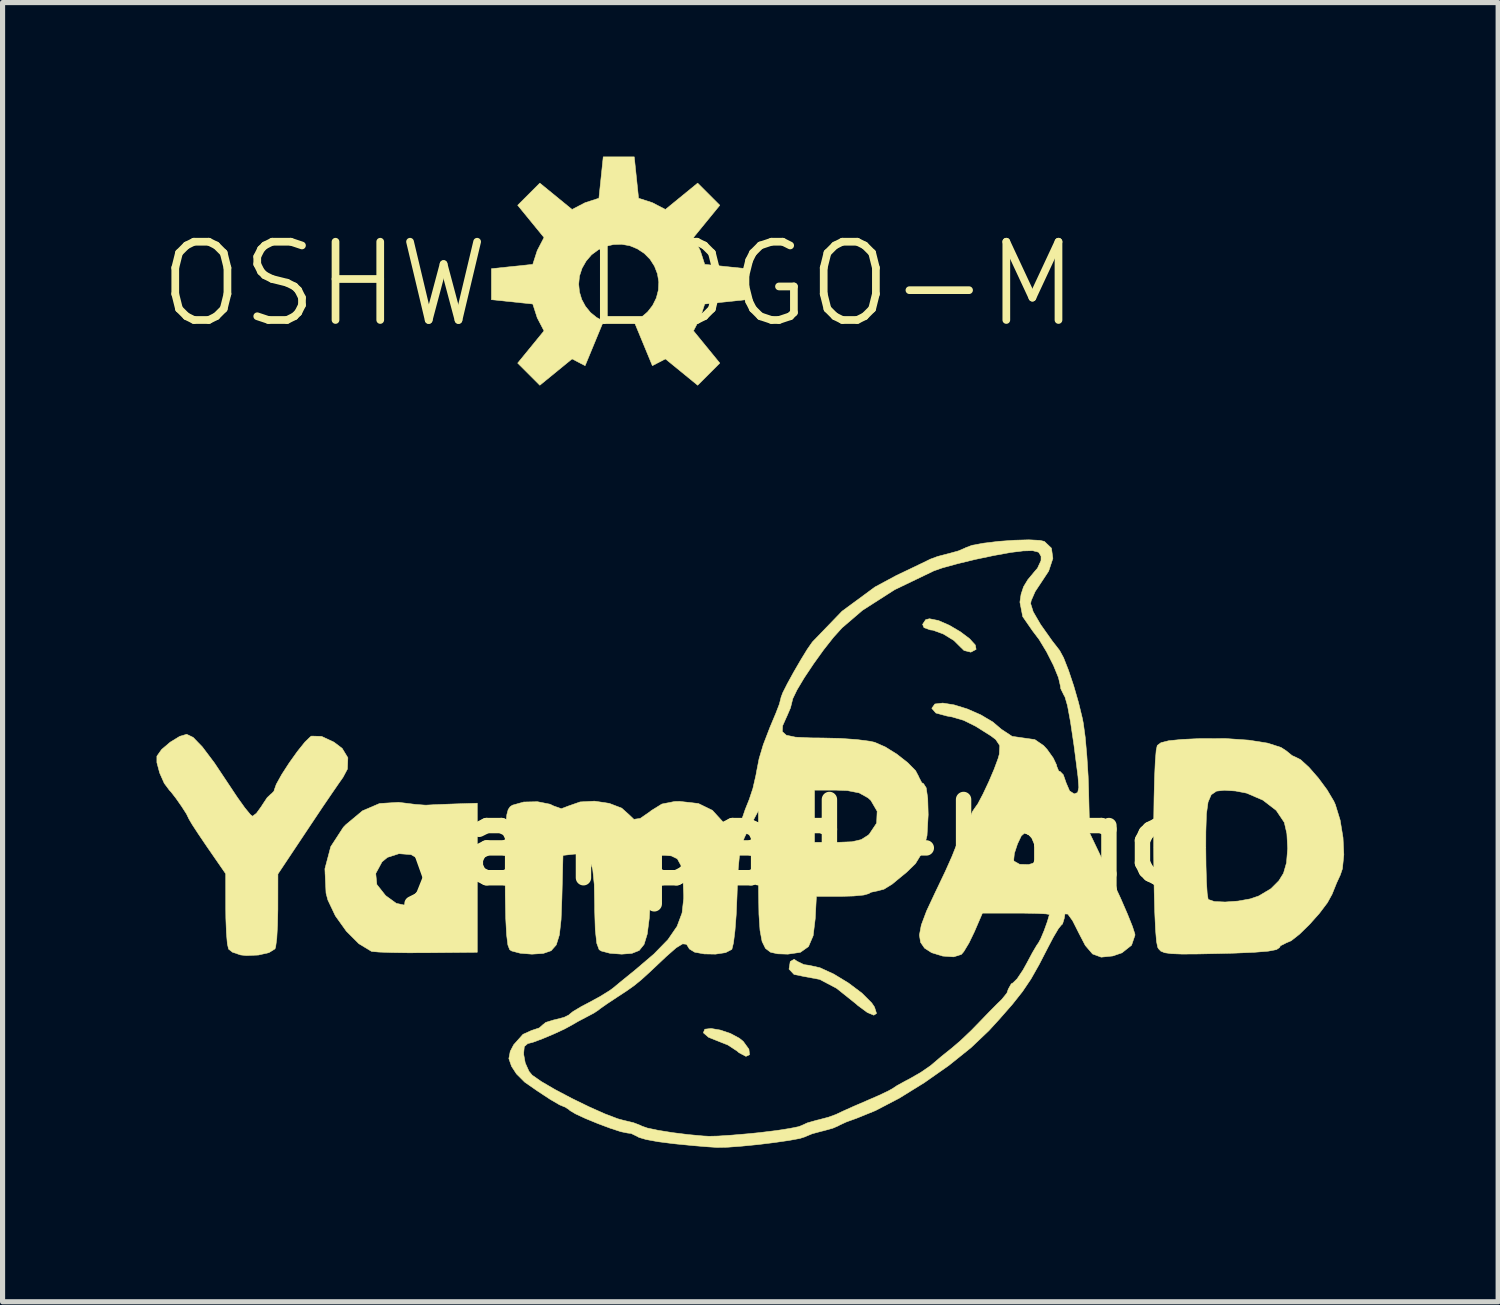
<source format=kicad_pcb>
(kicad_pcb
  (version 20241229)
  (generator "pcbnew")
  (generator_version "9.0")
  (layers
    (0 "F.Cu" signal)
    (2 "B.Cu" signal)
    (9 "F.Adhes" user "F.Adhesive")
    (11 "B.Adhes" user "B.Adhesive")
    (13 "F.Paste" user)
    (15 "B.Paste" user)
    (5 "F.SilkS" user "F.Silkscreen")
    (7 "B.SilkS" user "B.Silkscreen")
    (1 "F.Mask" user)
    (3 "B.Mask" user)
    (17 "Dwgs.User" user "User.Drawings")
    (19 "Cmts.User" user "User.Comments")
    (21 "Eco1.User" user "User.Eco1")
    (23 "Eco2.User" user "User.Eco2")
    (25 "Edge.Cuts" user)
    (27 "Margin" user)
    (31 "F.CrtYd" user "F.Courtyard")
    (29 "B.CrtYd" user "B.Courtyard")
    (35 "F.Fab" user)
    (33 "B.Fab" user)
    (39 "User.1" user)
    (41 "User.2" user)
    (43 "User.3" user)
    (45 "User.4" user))
  (footprint "yampad-logo"
    (layer "F.Cu")
    (at 12.521 13.353)
    (property "Reference" "yampad-logo" (at 0 0 0) (layer "F.SilkS") (effects (font (size 1.524 1.524) (thickness 0.3))))
    (attr through_hole)
    (fp_poly (pts (xy -1.547 3.655) (xy -1.351 3.72) (xy -1.175 3.814) (xy -1.098 3.876) (xy -0.987 4.029) (xy -0.975 4.136) (xy -1.045 4.168) (xy -1.18 4.097) (xy -1.212 4.068) (xy -1.394 3.948) (xy -1.602 3.865) (xy -1.774 3.796) (xy -1.871 3.712) (xy -1.873 3.705) (xy -1.846 3.639) (xy -1.724 3.625) (xy -1.547 3.655)) (stroke (width 0.01) (type solid)) (fill yes) (layer "F.SilkS"))
    (fp_poly (pts (xy 2.704 -4.319) (xy 2.915 -4.227) (xy 3.128 -4.102) (xy 3.309 -3.966) (xy 3.422 -3.842) (xy 3.437 -3.757) (xy 3.334 -3.703) (xy 3.202 -3.736) (xy 3.142 -3.794) (xy 3.004 -3.931) (xy 2.799 -4.057) (xy 2.597 -4.131) (xy 2.543 -4.137) (xy 2.422 -4.181) (xy 2.395 -4.245) (xy 2.455 -4.336) (xy 2.529 -4.354) (xy 2.704 -4.319)) (stroke (width 0.01) (type solid)) (fill yes) (layer "F.SilkS"))
    (fp_poly (pts (xy -0.05 2.316) (xy 0.083 2.381) (xy 0.185 2.395) (xy 0.396 2.442) (xy 0.666 2.566) (xy 0.952 2.74) (xy 1.213 2.936) (xy 1.404 3.127) (xy 1.458 3.207) (xy 1.498 3.332) (xy 1.445 3.366) (xy 1.318 3.313) (xy 1.134 3.177) (xy 1.091 3.139) (xy 0.719 2.842) (xy 0.391 2.669) (xy 0.091 2.613) (xy 0.09 2.613) (xy -0.108 2.573) (xy -0.206 2.469) (xy -0.183 2.325) (xy -0.18 2.319) (xy -0.106 2.277) (xy -0.05 2.316)) (stroke (width 0.01) (type solid)) (fill yes) (layer "F.SilkS"))
    (fp_poly (pts (xy -7.702 -0.766) (xy -7.476 -0.738) (xy -7.301 -0.725) (xy -7.257 -0.725) (xy -7.129 -0.732) (xy -6.909 -0.741) (xy -6.713 -0.748) (xy -6.277 -0.762) (xy -6.277 2.141) (xy -7.257 2.15) (xy -7.626 2.151) (xy -7.948 2.146) (xy -8.192 2.137) (xy -8.327 2.125) (xy -8.339 2.122) (xy -8.582 1.975) (xy -8.827 1.73) (xy -9.04 1.432) (xy -9.186 1.124) (xy -9.222 0.989) (xy -9.24 0.606) (xy -8.254 0.606) (xy -8.233 0.821) (xy -8.067 1.031) (xy -8.05 1.046) (xy -7.854 1.188) (xy -7.701 1.221) (xy -7.539 1.15) (xy -7.448 1.083) (xy -7.298 0.884) (xy -7.257 0.642) (xy -7.332 0.41) (xy -7.377 0.35) (xy -7.566 0.239) (xy -7.802 0.221) (xy -8.027 0.293) (xy -8.132 0.381) (xy -8.254 0.606) (xy -9.24 0.606) (xy -9.244 0.515) (xy -9.13 0.084) (xy -8.885 -0.293) (xy -8.838 -0.342) (xy -8.512 -0.614) (xy -8.18 -0.756) (xy -7.812 -0.779) (xy -7.702 -0.766)) (stroke (width 0.01) (type solid)) (fill yes) (layer "F.SilkS"))
    (fp_poly (pts (xy -11.81 -2.044) (xy -11.631 -1.859) (xy -11.396 -1.547) (xy -11.127 -1.143) (xy -10.952 -0.88) (xy -10.802 -0.67) (xy -10.694 -0.539) (xy -10.654 -0.508) (xy -10.578 -0.565) (xy -10.477 -0.704) (xy -10.465 -0.725) (xy -10.368 -0.871) (xy -10.293 -0.942) (xy -10.287 -0.943) (xy -10.234 -0.999) (xy -10.233 -1.012) (xy -10.191 -1.13) (xy -10.085 -1.321) (xy -9.939 -1.547) (xy -9.779 -1.771) (xy -9.632 -1.954) (xy -9.523 -2.059) (xy -9.503 -2.069) (xy -9.308 -2.063) (xy -9.068 -1.951) (xy -8.908 -1.83) (xy -8.797 -1.647) (xy -8.806 -1.426) (xy -8.891 -1.267) (xy -8.969 -1.156) (xy -9.11 -0.951) (xy -9.296 -0.678) (xy -9.507 -0.362) (xy -9.579 -0.254) (xy -10.159 0.617) (xy -10.16 1.306) (xy -10.167 1.614) (xy -10.181 1.869) (xy -10.203 2.035) (xy -10.216 2.075) (xy -10.334 2.148) (xy -10.54 2.195) (xy -10.775 2.205) (xy -10.886 2.193) (xy -11.045 2.139) (xy -11.12 2.079) (xy -11.144 1.974) (xy -11.162 1.76) (xy -11.173 1.475) (xy -11.175 1.304) (xy -11.176 0.612) (xy -11.539 0.087) (xy -11.701 -0.152) (xy -11.826 -0.343) (xy -11.894 -0.458) (xy -11.902 -0.476) (xy -11.94 -0.554) (xy -12.032 -0.697) (xy -12.143 -0.856) (xy -12.239 -0.98) (xy -12.273 -1.016) (xy -12.373 -1.151) (xy -12.462 -1.352) (xy -12.516 -1.554) (xy -12.516 -1.678) (xy -12.424 -1.808) (xy -12.256 -1.951) (xy -12.071 -2.064) (xy -11.936 -2.104) (xy -11.81 -2.044)) (stroke (width 0.01) (type solid)) (fill yes) (layer "F.SilkS"))
    (fp_poly (pts (xy 8.747 -1.99) (xy 9.114 -1.932) (xy 9.375 -1.848) (xy 9.479 -1.78) (xy 9.589 -1.69) (xy 9.639 -1.668) (xy 9.756 -1.61) (xy 9.919 -1.461) (xy 10.1 -1.254) (xy 10.271 -1.023) (xy 10.403 -0.801) (xy 10.433 -0.734) (xy 10.526 -0.432) (xy 10.582 -0.091) (xy 10.598 0.241) (xy 10.57 0.516) (xy 10.529 0.636) (xy 10.458 0.79) (xy 10.376 0.993) (xy 10.371 1.007) (xy 10.278 1.176) (xy 10.121 1.384) (xy 9.93 1.598) (xy 9.737 1.787) (xy 9.572 1.917) (xy 9.473 1.959) (xy 9.363 2.015) (xy 9.344 2.05) (xy 9.285 2.089) (xy 9.128 2.119) (xy 8.86 2.141) (xy 8.468 2.158) (xy 8.182 2.165) (xy 7.753 2.174) (xy 7.447 2.176) (xy 7.24 2.168) (xy 7.11 2.15) (xy 7.034 2.119) (xy 6.989 2.072) (xy 6.973 2.043) (xy 6.95 1.929) (xy 6.931 1.695) (xy 6.916 1.365) (xy 6.905 0.965) (xy 6.898 0.517) (xy 6.895 0.106) (xy 7.91 0.106) (xy 7.914 0.465) (xy 7.923 0.771) (xy 7.937 0.994) (xy 7.955 1.106) (xy 7.959 1.113) (xy 8.078 1.153) (xy 8.287 1.162) (xy 8.537 1.144) (xy 8.776 1.101) (xy 8.944 1.043) (xy 9.179 0.902) (xy 9.332 0.749) (xy 9.423 0.602) (xy 9.482 0.398) (xy 9.504 0.12) (xy 9.489 -0.168) (xy 9.439 -0.387) (xy 9.282 -0.621) (xy 9.023 -0.821) (xy 8.705 -0.958) (xy 8.488 -1) (xy 8.272 -1.014) (xy 8.118 -0.997) (xy 8.015 -0.926) (xy 7.954 -0.784) (xy 7.922 -0.551) (xy 7.911 -0.205) (xy 7.91 0.106) (xy 6.895 0.106) (xy 6.895 0.047) (xy 6.896 -0.421) (xy 6.902 -0.864) (xy 6.912 -1.256) (xy 6.926 -1.574) (xy 6.944 -1.793) (xy 6.965 -1.887) (xy 7.038 -1.941) (xy 7.19 -1.979) (xy 7.444 -2.004) (xy 7.785 -2.02) (xy 8.297 -2.021) (xy 8.747 -1.99)) (stroke (width 0.01) (type solid)) (fill yes) (layer "F.SilkS"))
    (fp_poly (pts (xy 4.68 -5.88) (xy 4.766 -5.86) (xy 4.904 -5.729) (xy 4.932 -5.529) (xy 4.85 -5.282) (xy 4.717 -5.08) (xy 4.587 -4.884) (xy 4.509 -4.706) (xy 4.499 -4.648) (xy 4.549 -4.489) (xy 4.692 -4.243) (xy 4.917 -3.925) (xy 5.063 -3.737) (xy 5.14 -3.595) (xy 5.236 -3.351) (xy 5.338 -3.046) (xy 5.432 -2.72) (xy 5.506 -2.415) (xy 5.525 -2.317) (xy 5.562 -2.045) (xy 5.594 -1.682) (xy 5.619 -1.283) (xy 5.628 -1.016) (xy 5.648 -0.181) (xy 6.09 0.743) (xy 6.25 1.087) (xy 6.384 1.395) (xy 6.481 1.637) (xy 6.529 1.785) (xy 6.531 1.808) (xy 6.464 2.004) (xy 6.277 2.152) (xy 6.098 2.213) (xy 5.873 2.236) (xy 5.705 2.174) (xy 5.563 2.008) (xy 5.443 1.777) (xy 5.317 1.527) (xy 5.223 1.397) (xy 5.167 1.394) (xy 5.153 1.482) (xy 5.12 1.59) (xy 5.098 1.609) (xy 5.039 1.682) (xy 4.941 1.847) (xy 4.844 2.032) (xy 4.664 2.381) (xy 4.506 2.66) (xy 4.341 2.905) (xy 4.144 3.154) (xy 3.889 3.445) (xy 3.685 3.668) (xy 3.337 3.999) (xy 2.906 4.345) (xy 2.427 4.681) (xy 1.939 4.983) (xy 1.477 5.224) (xy 1.108 5.374) (xy 0.913 5.444) (xy 0.778 5.506) (xy 0.762 5.517) (xy 0.646 5.567) (xy 0.459 5.619) (xy 0.435 5.624) (xy 0.245 5.675) (xy 0.117 5.728) (xy 0.109 5.733) (xy 0.006 5.766) (xy -0.205 5.805) (xy -0.488 5.846) (xy -0.805 5.885) (xy -1.121 5.916) (xy -1.399 5.937) (xy -1.601 5.941) (xy -1.609 5.941) (xy -1.795 5.929) (xy -2.073 5.906) (xy -2.389 5.875) (xy -2.465 5.867) (xy -2.754 5.83) (xy -2.989 5.787) (xy -3.131 5.745) (xy -3.151 5.732) (xy -3.281 5.669) (xy -3.351 5.661) (xy -3.479 5.635) (xy -3.685 5.568) (xy -3.928 5.477) (xy -4.169 5.378) (xy -4.365 5.287) (xy -4.477 5.22) (xy -4.487 5.207) (xy -4.57 5.153) (xy -4.575 5.153) (xy -4.674 5.112) (xy -4.862 5.002) (xy -5.108 4.84) (xy -5.354 4.669) (xy -5.514 4.509) (xy -5.61 4.361) (xy -5.662 4.211) (xy -5.644 4.119) (xy -5.375 4.119) (xy -5.343 4.296) (xy -5.27 4.459) (xy -5.208 4.534) (xy -5.03 4.658) (xy -4.761 4.815) (xy -4.439 4.985) (xy -4.103 5.149) (xy -3.791 5.288) (xy -3.541 5.383) (xy -3.435 5.412) (xy -3.234 5.46) (xy -3.094 5.514) (xy -3.078 5.524) (xy -2.969 5.563) (xy -2.755 5.608) (xy -2.475 5.653) (xy -2.17 5.691) (xy -1.878 5.718) (xy -1.763 5.724) (xy -1.591 5.72) (xy -1.32 5.702) (xy -0.992 5.674) (xy -0.783 5.653) (xy -0.464 5.614) (xy -0.198 5.573) (xy -0.019 5.537) (xy 0.036 5.516) (xy 0.152 5.463) (xy 0.339 5.41) (xy 0.36 5.406) (xy 0.564 5.352) (xy 0.717 5.296) (xy 0.723 5.292) (xy 0.844 5.235) (xy 1.053 5.141) (xy 1.306 5.032) (xy 1.306 5.032) (xy 1.545 4.928) (xy 1.726 4.842) (xy 1.813 4.794) (xy 1.814 4.793) (xy 1.896 4.738) (xy 2.06 4.648) (xy 2.137 4.608) (xy 2.359 4.481) (xy 2.552 4.348) (xy 2.587 4.318) (xy 2.761 4.17) (xy 2.958 4.012) (xy 2.966 4.006) (xy 3.137 3.859) (xy 3.349 3.657) (xy 3.496 3.506) (xy 3.685 3.31) (xy 3.85 3.143) (xy 3.937 3.059) (xy 4.037 2.935) (xy 4.064 2.858) (xy 4.121 2.756) (xy 4.155 2.737) (xy 4.237 2.656) (xy 4.35 2.487) (xy 4.427 2.348) (xy 4.535 2.146) (xy 4.62 2.002) (xy 4.651 1.959) (xy 4.695 1.878) (xy 4.761 1.721) (xy 4.823 1.548) (xy 4.86 1.423) (xy 4.862 1.404) (xy 4.795 1.393) (xy 4.615 1.384) (xy 4.355 1.379) (xy 4.211 1.379) (xy 3.56 1.379) (xy 3.405 1.739) (xy 3.299 1.959) (xy 3.197 2.128) (xy 3.15 2.183) (xy 3 2.23) (xy 2.786 2.215) (xy 2.571 2.149) (xy 2.433 2.06) (xy 2.356 1.948) (xy 2.333 1.806) (xy 2.37 1.61) (xy 2.472 1.338) (xy 2.644 0.97) (xy 2.687 0.881) (xy 2.839 0.562) (xy 2.935 0.347) (xy 4.169 0.347) (xy 4.175 0.366) (xy 4.286 0.428) (xy 4.457 0.433) (xy 4.619 0.387) (xy 4.696 0.313) (xy 4.697 0.197) (xy 4.658 0.162) (xy 4.578 0.074) (xy 4.572 0.039) (xy 4.521 -0.083) (xy 4.463 -0.145) (xy 4.384 -0.183) (xy 4.317 -0.125) (xy 4.243 0.031) (xy 4.182 0.216) (xy 4.169 0.347) (xy 2.935 0.347) (xy 2.969 0.27) (xy 3.06 0.04) (xy 3.095 -0.073) (xy 3.143 -0.225) (xy 3.196 -0.29) (xy 3.197 -0.29) (xy 3.262 -0.351) (xy 3.307 -0.454) (xy 3.364 -0.596) (xy 3.402 -0.653) (xy 3.472 -0.752) (xy 3.572 -0.942) (xy 3.685 -1.182) (xy 3.789 -1.426) (xy 3.865 -1.631) (xy 3.889 -1.717) (xy 3.898 -1.884) (xy 3.819 -2.003) (xy 3.726 -2.073) (xy 3.429 -2.26) (xy 3.195 -2.376) (xy 2.974 -2.441) (xy 2.867 -2.46) (xy 2.654 -2.518) (xy 2.576 -2.607) (xy 2.576 -2.613) (xy 2.634 -2.694) (xy 2.788 -2.712) (xy 3.008 -2.677) (xy 3.264 -2.598) (xy 3.525 -2.484) (xy 3.762 -2.344) (xy 3.93 -2.201) (xy 4.138 -2.064) (xy 4.36 -2.032) (xy 4.58 -2.001) (xy 4.75 -1.885) (xy 4.82 -1.809) (xy 4.94 -1.641) (xy 5.004 -1.505) (xy 5.007 -1.482) (xy 5.045 -1.389) (xy 5.074 -1.379) (xy 5.135 -1.316) (xy 5.188 -1.165) (xy 5.189 -1.161) (xy 5.258 -1) (xy 5.349 -0.943) (xy 5.415 -0.97) (xy 5.437 -1.071) (xy 5.421 -1.28) (xy 5.42 -1.288) (xy 5.343 -1.889) (xy 5.275 -2.347) (xy 5.217 -2.661) (xy 5.167 -2.833) (xy 5.149 -2.863) (xy 5.085 -2.993) (xy 5.079 -3.044) (xy 5.041 -3.208) (xy 4.944 -3.445) (xy 4.811 -3.707) (xy 4.665 -3.949) (xy 4.537 -4.118) (xy 4.345 -4.395) (xy 4.29 -4.678) (xy 4.313 -4.832) (xy 4.361 -4.977) (xy 4.443 -5.113) (xy 4.591 -5.291) (xy 4.632 -5.337) (xy 4.701 -5.487) (xy 4.702 -5.57) (xy 4.656 -5.649) (xy 4.538 -5.68) (xy 4.352 -5.675) (xy 4.11 -5.645) (xy 3.785 -5.586) (xy 3.423 -5.51) (xy 3.072 -5.425) (xy 2.778 -5.344) (xy 2.613 -5.286) (xy 1.85 -4.919) (xy 1.224 -4.518) (xy 0.826 -4.177) (xy 0.659 -3.992) (xy 0.466 -3.747) (xy 0.27 -3.474) (xy 0.09 -3.204) (xy -0.051 -2.968) (xy -0.133 -2.798) (xy -0.146 -2.745) (xy -0.178 -2.617) (xy -0.254 -2.441) (xy -0.257 -2.436) (xy -0.331 -2.27) (xy -0.337 -2.156) (xy -0.259 -2.086) (xy -0.079 -2.048) (xy 0.22 -2.034) (xy 0.443 -2.032) (xy 0.791 -2.024) (xy 1.116 -2.001) (xy 1.37 -1.968) (xy 1.462 -1.948) (xy 1.669 -1.857) (xy 1.895 -1.716) (xy 2.104 -1.552) (xy 2.258 -1.396) (xy 2.322 -1.275) (xy 2.322 -1.27) (xy 2.379 -1.161) (xy 2.413 -1.143) (xy 2.465 -1.062) (xy 2.495 -0.855) (xy 2.504 -0.538) (xy 2.481 -0.13) (xy 2.403 0.175) (xy 2.256 0.415) (xy 2.085 0.581) (xy 1.922 0.715) (xy 1.8 0.816) (xy 1.642 0.913) (xy 1.525 0.943) (xy 1.387 0.973) (xy 1.348 0.998) (xy 1.251 1.026) (xy 1.054 1.045) (xy 0.809 1.052) (xy 0.327 1.052) (xy 0.304 1.487) (xy 0.264 1.818) (xy 0.173 2.03) (xy 0.015 2.142) (xy -0.226 2.177) (xy -0.241 2.177) (xy -0.427 2.171) (xy -0.566 2.14) (xy -0.665 2.065) (xy -0.731 1.93) (xy -0.771 1.714) (xy -0.792 1.401) (xy -0.799 0.972) (xy -0.8 0.66) (xy -0.802 -0.617) (xy -0.996 -0.254) (xy -1.077 -0.089) (xy -1.133 0.07) (xy -1.171 0.256) (xy -1.195 0.504) (xy -1.212 0.846) (xy -1.219 1.052) (xy -1.235 1.413) (xy -1.259 1.725) (xy -1.288 1.958) (xy -1.318 2.08) (xy -1.322 2.086) (xy -1.442 2.148) (xy -1.638 2.177) (xy -1.857 2.173) (xy -2.044 2.139) (xy -2.148 2.075) (xy -2.151 2.068) (xy -2.202 1.985) (xy -2.278 1.977) (xy -2.403 2.053) (xy -2.596 2.222) (xy -2.683 2.304) (xy -2.916 2.524) (xy -3.082 2.675) (xy -3.219 2.787) (xy -3.365 2.891) (xy -3.559 3.018) (xy -3.56 3.019) (xy -3.748 3.143) (xy -3.882 3.237) (xy -3.919 3.267) (xy -4.005 3.324) (xy -4.137 3.394) (xy -4.314 3.487) (xy -4.427 3.553) (xy -4.574 3.633) (xy -4.783 3.73) (xy -5.006 3.824) (xy -5.194 3.894) (xy -5.294 3.919) (xy -5.361 3.977) (xy -5.375 4.119) (xy -5.644 4.119) (xy -5.635 4.07) (xy -5.568 3.942) (xy -5.387 3.739) (xy -5.221 3.664) (xy -5.07 3.614) (xy -5.007 3.559) (xy -5.007 3.558) (xy -4.944 3.507) (xy -4.789 3.459) (xy -4.759 3.453) (xy -4.586 3.408) (xy -4.49 3.36) (xy -4.487 3.354) (xy -4.413 3.295) (xy -4.251 3.198) (xy -4.117 3.128) (xy -3.89 3.005) (xy -3.699 2.887) (xy -3.632 2.838) (xy -3.491 2.721) (xy -3.298 2.564) (xy -3.223 2.504) (xy -2.838 2.176) (xy -2.564 1.895) (xy -2.386 1.636) (xy -2.289 1.376) (xy -2.257 1.092) (xy -2.257 1.024) (xy -2.272 0.677) (xy -2.31 0.451) (xy -2.381 0.321) (xy -2.498 0.264) (xy -2.616 0.254) (xy -2.867 0.254) (xy -2.903 1.052) (xy -2.928 1.482) (xy -2.967 1.786) (xy -3.029 1.988) (xy -3.124 2.106) (xy -3.265 2.162) (xy -3.459 2.177) (xy -3.471 2.177) (xy -3.695 2.16) (xy -3.862 2.116) (xy -3.904 2.09) (xy -3.95 1.965) (xy -3.979 1.703) (xy -3.991 1.311) (xy -3.991 1.233) (xy -3.999 0.819) (xy -4.028 0.53) (xy -4.085 0.347) (xy -4.178 0.252) (xy -4.315 0.225) (xy -4.394 0.23) (xy -4.608 0.254) (xy -4.629 1.086) (xy -4.645 1.506) (xy -4.678 1.803) (xy -4.739 1.998) (xy -4.839 2.111) (xy -4.99 2.163) (xy -5.203 2.177) (xy -5.222 2.177) (xy -5.443 2.159) (xy -5.608 2.115) (xy -5.646 2.09) (xy -5.681 1.999) (xy -5.706 1.798) (xy -5.723 1.478) (xy -5.732 1.029) (xy -5.733 0.677) (xy -5.732 0.207) (xy -5.728 -0.139) (xy -5.718 -0.382) (xy -5.701 -0.541) (xy -5.675 -0.638) (xy -5.637 -0.693) (xy -5.593 -0.723) (xy -5.373 -0.785) (xy -5.104 -0.791) (xy -4.862 -0.743) (xy -4.789 -0.708) (xy -4.64 -0.655) (xy -4.5 -0.708) (xy -4.274 -0.787) (xy -3.994 -0.802) (xy -3.707 -0.759) (xy -3.464 -0.666) (xy -3.317 -0.534) (xy -3.227 -0.448) (xy -3.103 -0.466) (xy -2.918 -0.594) (xy -2.89 -0.617) (xy -2.682 -0.746) (xy -2.435 -0.795) (xy -2.335 -0.797) (xy -1.971 -0.756) (xy -1.698 -0.623) (xy -1.483 -0.387) (xy -1.349 -0.234) (xy -1.241 -0.224) (xy -1.154 -0.358) (xy -1.129 -0.435) (xy -1.06 -0.638) (xy -0.981 -0.835) (xy -0.921 -1.016) (xy 0.29 -1.016) (xy 0.29 0) (xy 0.739 0) (xy 1.017 -0.011) (xy 1.2 -0.053) (xy 1.335 -0.139) (xy 1.356 -0.158) (xy 1.5 -0.374) (xy 1.51 -0.606) (xy 1.387 -0.817) (xy 1.333 -0.866) (xy 1.159 -0.963) (xy 0.928 -1.008) (xy 0.716 -1.016) (xy 0.29 -1.016) (xy -0.921 -1.016) (xy -0.91 -1.048) (xy -0.85 -1.31) (xy -0.838 -1.379) (xy -0.789 -1.629) (xy -0.707 -1.903) (xy -0.577 -2.241) (xy -0.462 -2.515) (xy -0.394 -2.692) (xy -0.363 -2.814) (xy -0.363 -2.819) (xy -0.328 -2.913) (xy -0.238 -3.091) (xy -0.114 -3.317) (xy 0.022 -3.551) (xy 0.148 -3.757) (xy 0.244 -3.895) (xy 0.25 -3.903) (xy 0.826 -4.5) (xy 1.467 -4.972) (xy 1.887 -5.198) (xy 2.154 -5.325) (xy 2.379 -5.433) (xy 2.523 -5.503) (xy 2.542 -5.513) (xy 2.688 -5.567) (xy 2.891 -5.62) (xy 2.905 -5.623) (xy 3.095 -5.676) (xy 3.223 -5.731) (xy 3.23 -5.736) (xy 3.357 -5.784) (xy 3.586 -5.826) (xy 3.876 -5.861) (xy 4.183 -5.883) (xy 4.465 -5.891) (xy 4.68 -5.88)) (stroke (width 0.01) (type solid)) (fill yes) (layer "F.SilkS")))
  (footprint "OSHW-LOGO-M"
    (layer "F.Cu")
    (at 8.999 2.484)
    (property "Reference" "OSHW-LOGO-M" (at 0 0 0) (layer "F.SilkS") (effects (font (size 1.524 1.524) (thickness 0.15))))
    (attr exclude_from_pos_files exclude_from_bom)
    (fp_poly (pts (xy 0.655 1.587) (xy 0.909 1.455) (xy 1.537 1.968) (xy 1.968 1.537) (xy 1.455 0.909) (xy 1.587 0.655) (xy 1.674 0.386) (xy 2.479 0.302) (xy 2.479 -0.302) (xy 1.674 -0.386) (xy 1.587 -0.655) (xy 1.455 -0.909) (xy 1.968 -1.537) (xy 1.537 -1.968) (xy 0.909 -1.455) (xy 0.655 -1.587) (xy 0.386 -1.674) (xy 0.302 -2.479) (xy -0.302 -2.479) (xy -0.386 -1.674) (xy -0.655 -1.587) (xy -0.909 -1.455) (xy -1.537 -1.968) (xy -1.968 -1.537) (xy -1.455 -0.909) (xy -1.587 -0.655) (xy -1.674 -0.386) (xy -2.479 -0.302) (xy -2.479 0.302) (xy -1.674 0.386) (xy -1.587 0.655) (xy -1.455 0.909) (xy -1.968 1.537) (xy -1.537 1.968) (xy -0.909 1.455) (xy -0.655 1.587) (xy -0.297 0.721) (xy -0.432 0.648) (xy -0.551 0.551) (xy -0.648 0.432) (xy -0.721 0.297) (xy -0.765 0.152) (xy -0.78 0) (xy -0.765 -0.157) (xy -0.714 -0.312) (xy -0.635 -0.45) (xy -0.531 -0.572) (xy -0.401 -0.668) (xy -0.257 -0.737) (xy -0.102 -0.772) (xy 0.056 -0.777) (xy 0.216 -0.749) (xy 0.363 -0.688) (xy 0.498 -0.599) (xy 0.61 -0.485) (xy 0.696 -0.351) (xy 0.754 -0.201) (xy 0.78 -0.043) (xy 0.772 0.114) (xy 0.732 0.269) (xy 0.66 0.414) (xy 0.561 0.541) (xy 0.439 0.645) (xy 0.297 0.721)) (stroke (width 0.01) (type solid)) (fill yes) (layer "F.SilkS")))
  (gr_rect
    (start -3 -3)
    (end 26.124 22.3)
    (stroke (width 0.1) (type default))
    (fill no)
    (layer "Edge.Cuts")))
</source>
